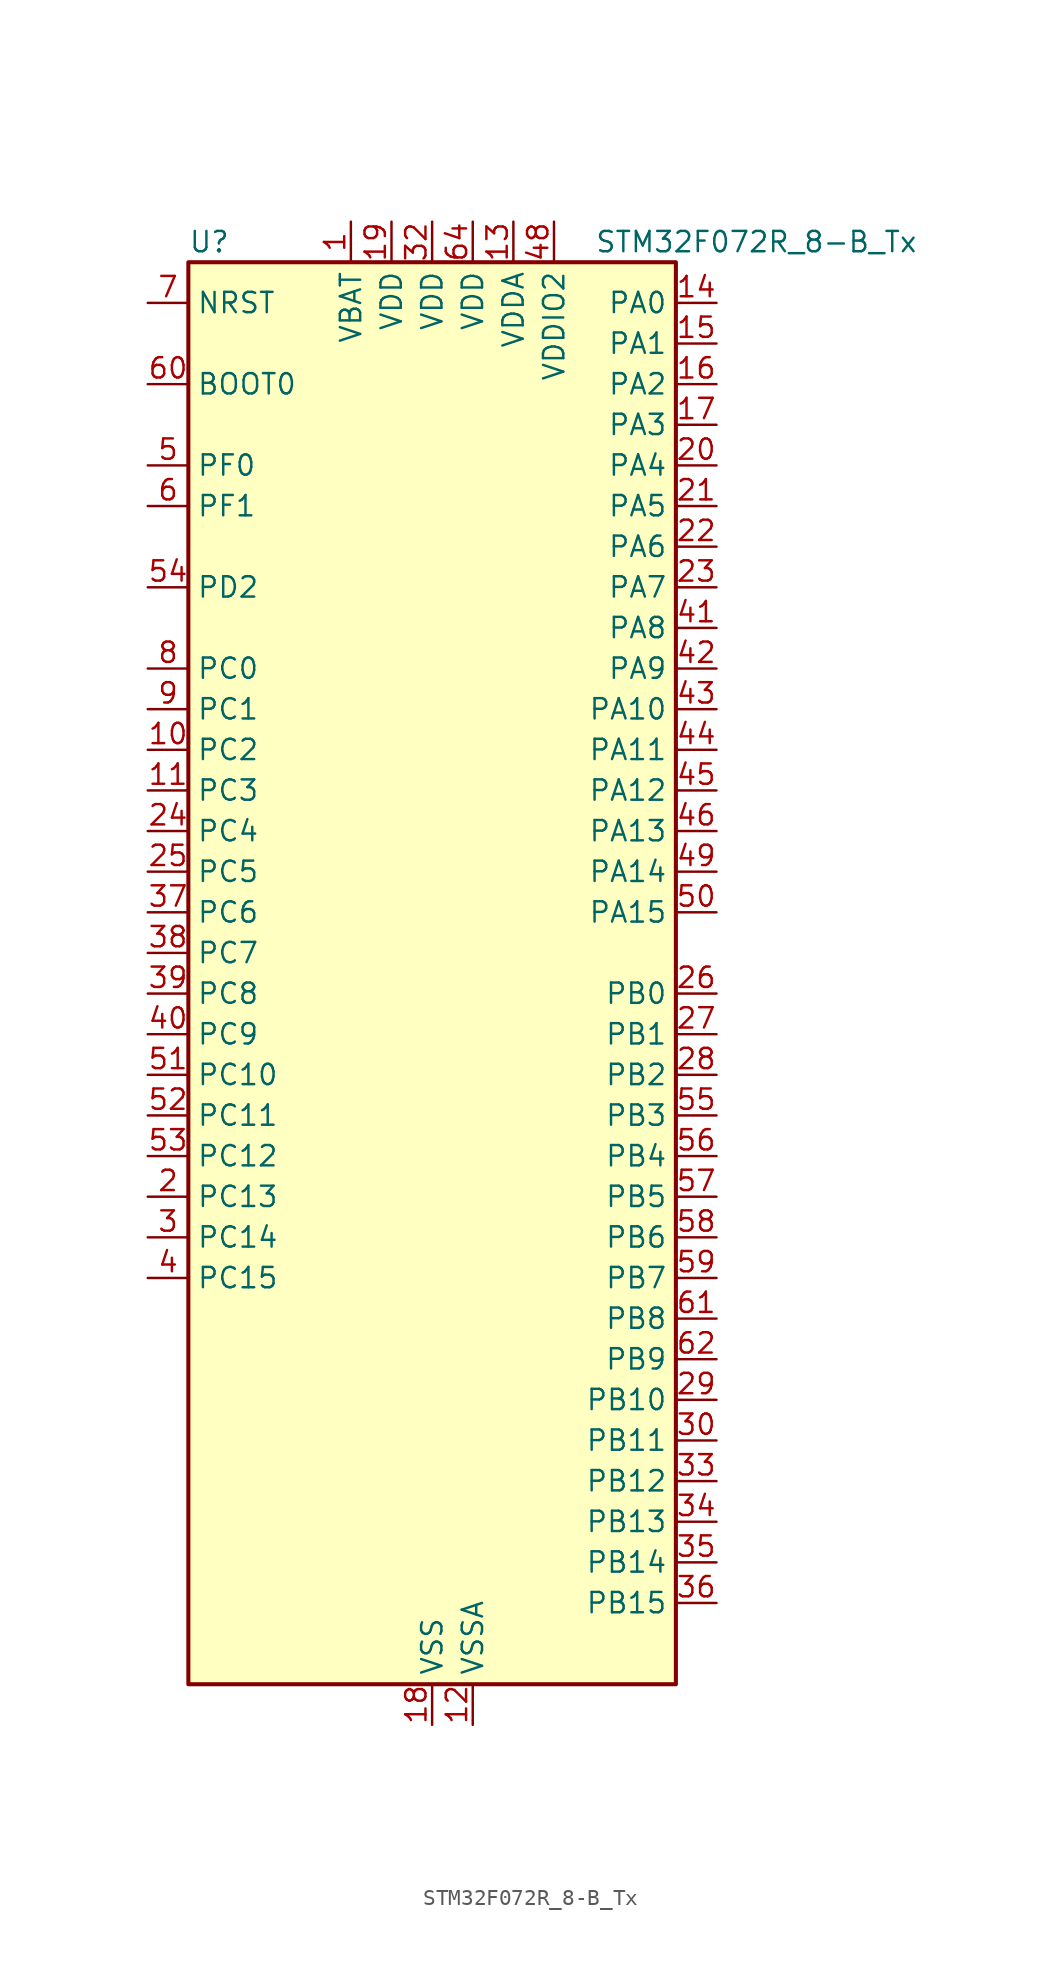
<source format=kicad_sym>
(kicad_symbol_lib
  (version 20220914)
  (generator kicad_symbol_editor)
  (symbol "STM32F072R_8-B_Tx"
    (property "Reference" "U"
      (at -15.24 46.99 0)
      (effects (font (size 1.27 1.27)) (justify left)))
    (property "Value" "STM32F072R_8-B_Tx"
      (at 10.16 46.99 0)
      (effects (font (size 1.27 1.27)) (justify left)))
    (property "ki_locked" ""
      (at 0 0 0)
      (effects (font (size 1.27 1.27))))
    (symbol "STM32F072R_8-B_Tx_0_1"
      (rectangle (start -15.24 -43.18) (end 15.24 45.72) (stroke (width 0.254) (type default)) (fill (type background))))
    (symbol "STM32F072R_8-B_Tx_1_1"
      (pin power_in line (at -5.08 48.26 270) (length 2.54) (name "VBAT" (effects (font (size 1.27 1.27)))) (number "1" (effects (font (size 1.27 1.27)))))
      (pin bidirectional line (at -17.78 15.24 0) (length 2.54) (name "PC2" (effects (font (size 1.27 1.27)))) (number "10" (effects (font (size 1.27 1.27)))) (alternate "ADC_IN12" bidirectional line) (alternate "I2S2_MCK" bidirectional line) (alternate "SPI2_MISO" bidirectional line))
      (pin bidirectional line (at -17.78 12.7 0) (length 2.54) (name "PC3" (effects (font (size 1.27 1.27)))) (number "11" (effects (font (size 1.27 1.27)))) (alternate "ADC_IN13" bidirectional line) (alternate "I2S2_SD" bidirectional line) (alternate "SPI2_MOSI" bidirectional line))
      (pin power_in line (at 2.54 -45.72 90) (length 2.54) (name "VSSA" (effects (font (size 1.27 1.27)))) (number "12" (effects (font (size 1.27 1.27)))))
      (pin power_in line (at 5.08 48.26 270) (length 2.54) (name "VDDA" (effects (font (size 1.27 1.27)))) (number "13" (effects (font (size 1.27 1.27)))))
      (pin bidirectional line (at 17.78 43.18 180) (length 2.54) (name "PA0" (effects (font (size 1.27 1.27)))) (number "14" (effects (font (size 1.27 1.27)))) (alternate "ADC_IN0" bidirectional line) (alternate "COMP1_INM" bidirectional line) (alternate "COMP1_OUT" bidirectional line) (alternate "RTC_TAMP2" bidirectional line) (alternate "SYS_WKUP1" bidirectional line) (alternate "TIM2_CH1" bidirectional line) (alternate "TIM2_ETR" bidirectional line) (alternate "TSC_G1_IO1" bidirectional line) (alternate "USART2_CTS" bidirectional line) (alternate "USART4_TX" bidirectional line))
      (pin bidirectional line (at 17.78 40.64 180) (length 2.54) (name "PA1" (effects (font (size 1.27 1.27)))) (number "15" (effects (font (size 1.27 1.27)))) (alternate "ADC_IN1" bidirectional line) (alternate "COMP1_INP" bidirectional line) (alternate "TIM15_CH1N" bidirectional line) (alternate "TIM2_CH2" bidirectional line) (alternate "TSC_G1_IO2" bidirectional line) (alternate "USART2_DE" bidirectional line) (alternate "USART2_RTS" bidirectional line) (alternate "USART4_RX" bidirectional line))
      (pin bidirectional line (at 17.78 38.1 180) (length 2.54) (name "PA2" (effects (font (size 1.27 1.27)))) (number "16" (effects (font (size 1.27 1.27)))) (alternate "ADC_IN2" bidirectional line) (alternate "COMP2_INM" bidirectional line) (alternate "COMP2_OUT" bidirectional line) (alternate "SYS_WKUP4" bidirectional line) (alternate "TIM15_CH1" bidirectional line) (alternate "TIM2_CH3" bidirectional line) (alternate "TSC_G1_IO3" bidirectional line) (alternate "USART2_TX" bidirectional line))
      (pin bidirectional line (at 17.78 35.56 180) (length 2.54) (name "PA3" (effects (font (size 1.27 1.27)))) (number "17" (effects (font (size 1.27 1.27)))) (alternate "ADC_IN3" bidirectional line) (alternate "COMP2_INP" bidirectional line) (alternate "TIM15_CH2" bidirectional line) (alternate "TIM2_CH4" bidirectional line) (alternate "TSC_G1_IO4" bidirectional line) (alternate "USART2_RX" bidirectional line))
      (pin power_in line (at 0 -45.72 90) (length 2.54) (name "VSS" (effects (font (size 1.27 1.27)))) (number "18" (effects (font (size 1.27 1.27)))))
      (pin power_in line (at -2.54 48.26 270) (length 2.54) (name "VDD" (effects (font (size 1.27 1.27)))) (number "19" (effects (font (size 1.27 1.27)))))
      (pin bidirectional line (at -17.78 -12.7 0) (length 2.54) (name "PC13" (effects (font (size 1.27 1.27)))) (number "2" (effects (font (size 1.27 1.27)))) (alternate "RTC_OUT_ALARM" bidirectional line) (alternate "RTC_OUT_CALIB" bidirectional line) (alternate "RTC_TAMP1" bidirectional line) (alternate "RTC_TS" bidirectional line) (alternate "SYS_WKUP2" bidirectional line))
      (pin bidirectional line (at 17.78 33.02 180) (length 2.54) (name "PA4" (effects (font (size 1.27 1.27)))) (number "20" (effects (font (size 1.27 1.27)))) (alternate "ADC_IN4" bidirectional line) (alternate "COMP1_INM" bidirectional line) (alternate "COMP2_INM" bidirectional line) (alternate "DAC_OUT1" bidirectional line) (alternate "I2S1_WS" bidirectional line) (alternate "SPI1_NSS" bidirectional line) (alternate "TIM14_CH1" bidirectional line) (alternate "TSC_G2_IO1" bidirectional line) (alternate "USART2_CK" bidirectional line))
      (pin bidirectional line (at 17.78 30.48 180) (length 2.54) (name "PA5" (effects (font (size 1.27 1.27)))) (number "21" (effects (font (size 1.27 1.27)))) (alternate "ADC_IN5" bidirectional line) (alternate "CEC" bidirectional line) (alternate "COMP1_INM" bidirectional line) (alternate "COMP2_INM" bidirectional line) (alternate "DAC_OUT2" bidirectional line) (alternate "I2S1_CK" bidirectional line) (alternate "SPI1_SCK" bidirectional line) (alternate "TIM2_CH1" bidirectional line) (alternate "TIM2_ETR" bidirectional line) (alternate "TSC_G2_IO2" bidirectional line))
      (pin bidirectional line (at 17.78 27.94 180) (length 2.54) (name "PA6" (effects (font (size 1.27 1.27)))) (number "22" (effects (font (size 1.27 1.27)))) (alternate "ADC_IN6" bidirectional line) (alternate "COMP1_OUT" bidirectional line) (alternate "I2S1_MCK" bidirectional line) (alternate "SPI1_MISO" bidirectional line) (alternate "TIM16_CH1" bidirectional line) (alternate "TIM1_BKIN" bidirectional line) (alternate "TIM3_CH1" bidirectional line) (alternate "TSC_G2_IO3" bidirectional line) (alternate "USART3_CTS" bidirectional line))
      (pin bidirectional line (at 17.78 25.4 180) (length 2.54) (name "PA7" (effects (font (size 1.27 1.27)))) (number "23" (effects (font (size 1.27 1.27)))) (alternate "ADC_IN7" bidirectional line) (alternate "COMP2_OUT" bidirectional line) (alternate "I2S1_SD" bidirectional line) (alternate "SPI1_MOSI" bidirectional line) (alternate "TIM14_CH1" bidirectional line) (alternate "TIM17_CH1" bidirectional line) (alternate "TIM1_CH1N" bidirectional line) (alternate "TIM3_CH2" bidirectional line) (alternate "TSC_G2_IO4" bidirectional line))
      (pin bidirectional line (at -17.78 10.16 0) (length 2.54) (name "PC4" (effects (font (size 1.27 1.27)))) (number "24" (effects (font (size 1.27 1.27)))) (alternate "ADC_IN14" bidirectional line) (alternate "USART3_TX" bidirectional line))
      (pin bidirectional line (at -17.78 7.62 0) (length 2.54) (name "PC5" (effects (font (size 1.27 1.27)))) (number "25" (effects (font (size 1.27 1.27)))) (alternate "ADC_IN15" bidirectional line) (alternate "SYS_WKUP5" bidirectional line) (alternate "TSC_G3_IO1" bidirectional line) (alternate "USART3_RX" bidirectional line))
      (pin bidirectional line (at 17.78 0 180) (length 2.54) (name "PB0" (effects (font (size 1.27 1.27)))) (number "26" (effects (font (size 1.27 1.27)))) (alternate "ADC_IN8" bidirectional line) (alternate "TIM1_CH2N" bidirectional line) (alternate "TIM3_CH3" bidirectional line) (alternate "TSC_G3_IO2" bidirectional line) (alternate "USART3_CK" bidirectional line))
      (pin bidirectional line (at 17.78 -2.54 180) (length 2.54) (name "PB1" (effects (font (size 1.27 1.27)))) (number "27" (effects (font (size 1.27 1.27)))) (alternate "ADC_IN9" bidirectional line) (alternate "TIM14_CH1" bidirectional line) (alternate "TIM1_CH3N" bidirectional line) (alternate "TIM3_CH4" bidirectional line) (alternate "TSC_G3_IO3" bidirectional line) (alternate "USART3_DE" bidirectional line) (alternate "USART3_RTS" bidirectional line))
      (pin bidirectional line (at 17.78 -5.08 180) (length 2.54) (name "PB2" (effects (font (size 1.27 1.27)))) (number "28" (effects (font (size 1.27 1.27)))) (alternate "TSC_G3_IO4" bidirectional line))
      (pin bidirectional line (at 17.78 -25.4 180) (length 2.54) (name "PB10" (effects (font (size 1.27 1.27)))) (number "29" (effects (font (size 1.27 1.27)))) (alternate "CEC" bidirectional line) (alternate "I2C2_SCL" bidirectional line) (alternate "I2S2_CK" bidirectional line) (alternate "SPI2_SCK" bidirectional line) (alternate "TIM2_CH3" bidirectional line) (alternate "TSC_SYNC" bidirectional line) (alternate "USART3_TX" bidirectional line))
      (pin bidirectional line (at -17.78 -15.24 0) (length 2.54) (name "PC14" (effects (font (size 1.27 1.27)))) (number "3" (effects (font (size 1.27 1.27)))) (alternate "RCC_OSC32_IN" bidirectional line))
      (pin bidirectional line (at 17.78 -27.94 180) (length 2.54) (name "PB11" (effects (font (size 1.27 1.27)))) (number "30" (effects (font (size 1.27 1.27)))) (alternate "I2C2_SDA" bidirectional line) (alternate "TIM2_CH4" bidirectional line) (alternate "TSC_G6_IO1" bidirectional line) (alternate "USART3_RX" bidirectional line))
      (pin passive line (at 0 -45.72 90) (length 2.54) hide (name "VSS" (effects (font (size 1.27 1.27)))) (number "31" (effects (font (size 1.27 1.27)))))
      (pin power_in line (at 0 48.26 270) (length 2.54) (name "VDD" (effects (font (size 1.27 1.27)))) (number "32" (effects (font (size 1.27 1.27)))))
      (pin bidirectional line (at 17.78 -30.48 180) (length 2.54) (name "PB12" (effects (font (size 1.27 1.27)))) (number "33" (effects (font (size 1.27 1.27)))) (alternate "I2S2_WS" bidirectional line) (alternate "SPI2_NSS" bidirectional line) (alternate "TIM15_BKIN" bidirectional line) (alternate "TIM1_BKIN" bidirectional line) (alternate "TSC_G6_IO2" bidirectional line) (alternate "USART3_CK" bidirectional line))
      (pin bidirectional line (at 17.78 -33.02 180) (length 2.54) (name "PB13" (effects (font (size 1.27 1.27)))) (number "34" (effects (font (size 1.27 1.27)))) (alternate "I2C2_SCL" bidirectional line) (alternate "I2S2_CK" bidirectional line) (alternate "SPI2_SCK" bidirectional line) (alternate "TIM1_CH1N" bidirectional line) (alternate "TSC_G6_IO3" bidirectional line) (alternate "USART3_CTS" bidirectional line))
      (pin bidirectional line (at 17.78 -35.56 180) (length 2.54) (name "PB14" (effects (font (size 1.27 1.27)))) (number "35" (effects (font (size 1.27 1.27)))) (alternate "I2C2_SDA" bidirectional line) (alternate "I2S2_MCK" bidirectional line) (alternate "SPI2_MISO" bidirectional line) (alternate "TIM15_CH1" bidirectional line) (alternate "TIM1_CH2N" bidirectional line) (alternate "TSC_G6_IO4" bidirectional line) (alternate "USART3_DE" bidirectional line) (alternate "USART3_RTS" bidirectional line))
      (pin bidirectional line (at 17.78 -38.1 180) (length 2.54) (name "PB15" (effects (font (size 1.27 1.27)))) (number "36" (effects (font (size 1.27 1.27)))) (alternate "I2S2_SD" bidirectional line) (alternate "RTC_REFIN" bidirectional line) (alternate "SPI2_MOSI" bidirectional line) (alternate "SYS_WKUP7" bidirectional line) (alternate "TIM15_CH1N" bidirectional line) (alternate "TIM15_CH2" bidirectional line) (alternate "TIM1_CH3N" bidirectional line))
      (pin bidirectional line (at -17.78 5.08 0) (length 2.54) (name "PC6" (effects (font (size 1.27 1.27)))) (number "37" (effects (font (size 1.27 1.27)))) (alternate "TIM3_CH1" bidirectional line))
      (pin bidirectional line (at -17.78 2.54 0) (length 2.54) (name "PC7" (effects (font (size 1.27 1.27)))) (number "38" (effects (font (size 1.27 1.27)))) (alternate "TIM3_CH2" bidirectional line))
      (pin bidirectional line (at -17.78 0 0) (length 2.54) (name "PC8" (effects (font (size 1.27 1.27)))) (number "39" (effects (font (size 1.27 1.27)))) (alternate "TIM3_CH3" bidirectional line))
      (pin bidirectional line (at -17.78 -17.78 0) (length 2.54) (name "PC15" (effects (font (size 1.27 1.27)))) (number "4" (effects (font (size 1.27 1.27)))) (alternate "RCC_OSC32_OUT" bidirectional line))
      (pin bidirectional line (at -17.78 -2.54 0) (length 2.54) (name "PC9" (effects (font (size 1.27 1.27)))) (number "40" (effects (font (size 1.27 1.27)))) (alternate "DAC_EXTI9" bidirectional line) (alternate "TIM3_CH4" bidirectional line))
      (pin bidirectional line (at 17.78 22.86 180) (length 2.54) (name "PA8" (effects (font (size 1.27 1.27)))) (number "41" (effects (font (size 1.27 1.27)))) (alternate "CRS_SYNC" bidirectional line) (alternate "RCC_MCO" bidirectional line) (alternate "TIM1_CH1" bidirectional line) (alternate "USART1_CK" bidirectional line))
      (pin bidirectional line (at 17.78 20.32 180) (length 2.54) (name "PA9" (effects (font (size 1.27 1.27)))) (number "42" (effects (font (size 1.27 1.27)))) (alternate "DAC_EXTI9" bidirectional line) (alternate "TIM15_BKIN" bidirectional line) (alternate "TIM1_CH2" bidirectional line) (alternate "TSC_G4_IO1" bidirectional line) (alternate "USART1_TX" bidirectional line))
      (pin bidirectional line (at 17.78 17.78 180) (length 2.54) (name "PA10" (effects (font (size 1.27 1.27)))) (number "43" (effects (font (size 1.27 1.27)))) (alternate "TIM17_BKIN" bidirectional line) (alternate "TIM1_CH3" bidirectional line) (alternate "TSC_G4_IO2" bidirectional line) (alternate "USART1_RX" bidirectional line))
      (pin bidirectional line (at 17.78 15.24 180) (length 2.54) (name "PA11" (effects (font (size 1.27 1.27)))) (number "44" (effects (font (size 1.27 1.27)))) (alternate "CAN_RX" bidirectional line) (alternate "COMP1_OUT" bidirectional line) (alternate "TIM1_CH4" bidirectional line) (alternate "TSC_G4_IO3" bidirectional line) (alternate "USART1_CTS" bidirectional line) (alternate "USB_DM" bidirectional line))
      (pin bidirectional line (at 17.78 12.7 180) (length 2.54) (name "PA12" (effects (font (size 1.27 1.27)))) (number "45" (effects (font (size 1.27 1.27)))) (alternate "CAN_TX" bidirectional line) (alternate "COMP2_OUT" bidirectional line) (alternate "TIM1_ETR" bidirectional line) (alternate "TSC_G4_IO4" bidirectional line) (alternate "USART1_DE" bidirectional line) (alternate "USART1_RTS" bidirectional line) (alternate "USB_DP" bidirectional line))
      (pin bidirectional line (at 17.78 10.16 180) (length 2.54) (name "PA13" (effects (font (size 1.27 1.27)))) (number "46" (effects (font (size 1.27 1.27)))) (alternate "IR_OUT" bidirectional line) (alternate "SYS_SWDIO" bidirectional line) (alternate "USB_NOE" bidirectional line))
      (pin passive line (at 0 -45.72 90) (length 2.54) hide (name "VSS" (effects (font (size 1.27 1.27)))) (number "47" (effects (font (size 1.27 1.27)))))
      (pin power_in line (at 7.62 48.26 270) (length 2.54) (name "VDDIO2" (effects (font (size 1.27 1.27)))) (number "48" (effects (font (size 1.27 1.27)))))
      (pin bidirectional line (at 17.78 7.62 180) (length 2.54) (name "PA14" (effects (font (size 1.27 1.27)))) (number "49" (effects (font (size 1.27 1.27)))) (alternate "SYS_SWCLK" bidirectional line) (alternate "USART2_TX" bidirectional line))
      (pin bidirectional line (at -17.78 33.02 0) (length 2.54) (name "PF0" (effects (font (size 1.27 1.27)))) (number "5" (effects (font (size 1.27 1.27)))) (alternate "CRS_SYNC" bidirectional line) (alternate "RCC_OSC_IN" bidirectional line))
      (pin bidirectional line (at 17.78 5.08 180) (length 2.54) (name "PA15" (effects (font (size 1.27 1.27)))) (number "50" (effects (font (size 1.27 1.27)))) (alternate "I2S1_WS" bidirectional line) (alternate "SPI1_NSS" bidirectional line) (alternate "TIM2_CH1" bidirectional line) (alternate "TIM2_ETR" bidirectional line) (alternate "USART2_RX" bidirectional line) (alternate "USART4_DE" bidirectional line) (alternate "USART4_RTS" bidirectional line))
      (pin bidirectional line (at -17.78 -5.08 0) (length 2.54) (name "PC10" (effects (font (size 1.27 1.27)))) (number "51" (effects (font (size 1.27 1.27)))) (alternate "USART3_TX" bidirectional line) (alternate "USART4_TX" bidirectional line))
      (pin bidirectional line (at -17.78 -7.62 0) (length 2.54) (name "PC11" (effects (font (size 1.27 1.27)))) (number "52" (effects (font (size 1.27 1.27)))) (alternate "USART3_RX" bidirectional line) (alternate "USART4_RX" bidirectional line))
      (pin bidirectional line (at -17.78 -10.16 0) (length 2.54) (name "PC12" (effects (font (size 1.27 1.27)))) (number "53" (effects (font (size 1.27 1.27)))) (alternate "USART3_CK" bidirectional line) (alternate "USART4_CK" bidirectional line))
      (pin bidirectional line (at -17.78 25.4 0) (length 2.54) (name "PD2" (effects (font (size 1.27 1.27)))) (number "54" (effects (font (size 1.27 1.27)))) (alternate "TIM3_ETR" bidirectional line) (alternate "USART3_DE" bidirectional line) (alternate "USART3_RTS" bidirectional line))
      (pin bidirectional line (at 17.78 -7.62 180) (length 2.54) (name "PB3" (effects (font (size 1.27 1.27)))) (number "55" (effects (font (size 1.27 1.27)))) (alternate "I2S1_CK" bidirectional line) (alternate "SPI1_SCK" bidirectional line) (alternate "TIM2_CH2" bidirectional line) (alternate "TSC_G5_IO1" bidirectional line))
      (pin bidirectional line (at 17.78 -10.16 180) (length 2.54) (name "PB4" (effects (font (size 1.27 1.27)))) (number "56" (effects (font (size 1.27 1.27)))) (alternate "I2S1_MCK" bidirectional line) (alternate "SPI1_MISO" bidirectional line) (alternate "TIM17_BKIN" bidirectional line) (alternate "TIM3_CH1" bidirectional line) (alternate "TSC_G5_IO2" bidirectional line))
      (pin bidirectional line (at 17.78 -12.7 180) (length 2.54) (name "PB5" (effects (font (size 1.27 1.27)))) (number "57" (effects (font (size 1.27 1.27)))) (alternate "I2C1_SMBA" bidirectional line) (alternate "I2S1_SD" bidirectional line) (alternate "SPI1_MOSI" bidirectional line) (alternate "SYS_WKUP6" bidirectional line) (alternate "TIM16_BKIN" bidirectional line) (alternate "TIM3_CH2" bidirectional line))
      (pin bidirectional line (at 17.78 -15.24 180) (length 2.54) (name "PB6" (effects (font (size 1.27 1.27)))) (number "58" (effects (font (size 1.27 1.27)))) (alternate "I2C1_SCL" bidirectional line) (alternate "TIM16_CH1N" bidirectional line) (alternate "TSC_G5_IO3" bidirectional line) (alternate "USART1_TX" bidirectional line))
      (pin bidirectional line (at 17.78 -17.78 180) (length 2.54) (name "PB7" (effects (font (size 1.27 1.27)))) (number "59" (effects (font (size 1.27 1.27)))) (alternate "I2C1_SDA" bidirectional line) (alternate "TIM17_CH1N" bidirectional line) (alternate "TSC_G5_IO4" bidirectional line) (alternate "USART1_RX" bidirectional line) (alternate "USART4_CTS" bidirectional line))
      (pin bidirectional line (at -17.78 30.48 0) (length 2.54) (name "PF1" (effects (font (size 1.27 1.27)))) (number "6" (effects (font (size 1.27 1.27)))) (alternate "RCC_OSC_OUT" bidirectional line))
      (pin input line (at -17.78 38.1 0) (length 2.54) (name "BOOT0" (effects (font (size 1.27 1.27)))) (number "60" (effects (font (size 1.27 1.27)))))
      (pin bidirectional line (at 17.78 -20.32 180) (length 2.54) (name "PB8" (effects (font (size 1.27 1.27)))) (number "61" (effects (font (size 1.27 1.27)))) (alternate "CAN_RX" bidirectional line) (alternate "CEC" bidirectional line) (alternate "I2C1_SCL" bidirectional line) (alternate "TIM16_CH1" bidirectional line) (alternate "TSC_SYNC" bidirectional line))
      (pin bidirectional line (at 17.78 -22.86 180) (length 2.54) (name "PB9" (effects (font (size 1.27 1.27)))) (number "62" (effects (font (size 1.27 1.27)))) (alternate "CAN_TX" bidirectional line) (alternate "DAC_EXTI9" bidirectional line) (alternate "I2C1_SDA" bidirectional line) (alternate "I2S2_WS" bidirectional line) (alternate "IR_OUT" bidirectional line) (alternate "SPI2_NSS" bidirectional line) (alternate "TIM17_CH1" bidirectional line))
      (pin passive line (at 0 -45.72 90) (length 2.54) hide (name "VSS" (effects (font (size 1.27 1.27)))) (number "63" (effects (font (size 1.27 1.27)))))
      (pin power_in line (at 2.54 48.26 270) (length 2.54) (name "VDD" (effects (font (size 1.27 1.27)))) (number "64" (effects (font (size 1.27 1.27)))))
      (pin input line (at -17.78 43.18 0) (length 2.54) (name "NRST" (effects (font (size 1.27 1.27)))) (number "7" (effects (font (size 1.27 1.27)))))
      (pin bidirectional line (at -17.78 20.32 0) (length 2.54) (name "PC0" (effects (font (size 1.27 1.27)))) (number "8" (effects (font (size 1.27 1.27)))) (alternate "ADC_IN10" bidirectional line))
      (pin bidirectional line (at -17.78 17.78 0) (length 2.54) (name "PC1" (effects (font (size 1.27 1.27)))) (number "9" (effects (font (size 1.27 1.27)))) (alternate "ADC_IN11" bidirectional line)))))
</source>
